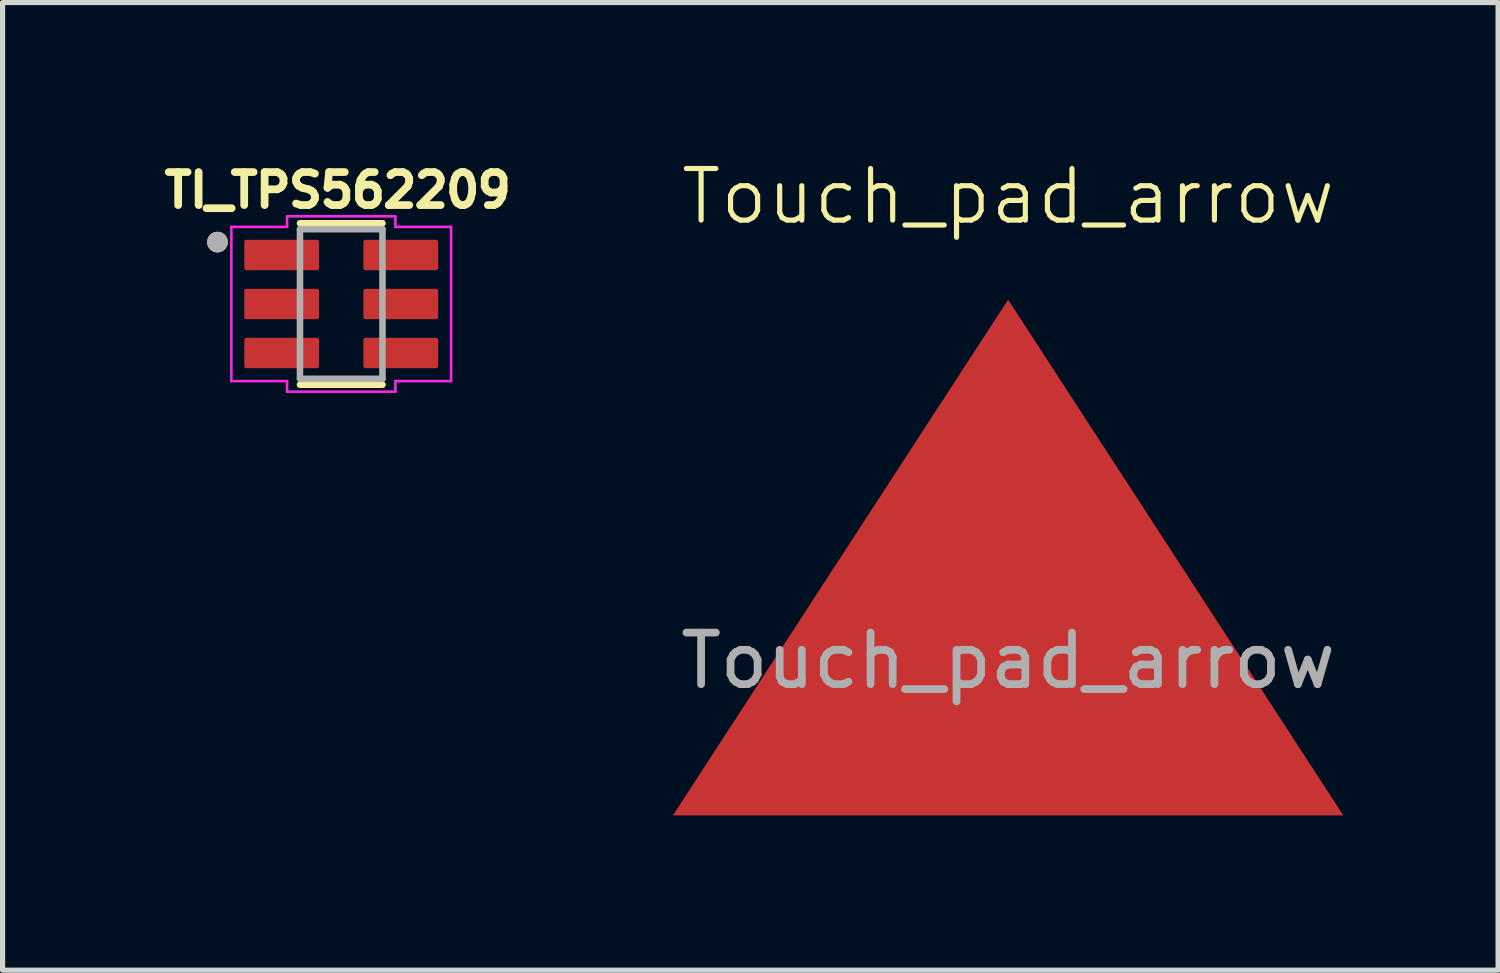
<source format=kicad_pcb>
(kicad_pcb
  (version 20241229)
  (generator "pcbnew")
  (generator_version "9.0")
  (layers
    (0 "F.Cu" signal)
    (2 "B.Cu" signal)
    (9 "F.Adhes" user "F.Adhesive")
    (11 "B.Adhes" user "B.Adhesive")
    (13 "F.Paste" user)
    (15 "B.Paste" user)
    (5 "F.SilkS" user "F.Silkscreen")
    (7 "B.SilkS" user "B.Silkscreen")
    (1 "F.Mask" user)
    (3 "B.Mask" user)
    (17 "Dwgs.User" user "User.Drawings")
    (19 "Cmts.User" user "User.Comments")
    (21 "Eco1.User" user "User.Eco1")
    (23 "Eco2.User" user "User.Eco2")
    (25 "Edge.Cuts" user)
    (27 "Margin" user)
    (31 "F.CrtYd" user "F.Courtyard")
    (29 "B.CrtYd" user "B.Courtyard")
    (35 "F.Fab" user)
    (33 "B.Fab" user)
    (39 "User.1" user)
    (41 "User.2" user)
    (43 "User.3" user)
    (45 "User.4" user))
  (footprint "Touch_pad_arrow"
    (layer "F.Cu")
    (at 16.496 2.76)
    (property "Reference" "Touch_pad_arrow" (at 0 -2 0) (unlocked yes) (layer "F.SilkS") (effects (font (size 1 1) (thickness 0.1))))
    (attr smd)
    (fp_text user "${REFERENCE}" (at 0 7 0) (unlocked yes) (layer "F.Fab") (effects (font (size 1 1) (thickness 0.15))))
    (pad "1" smd trapezoid (at 0 5) (size 6.5 10) (rect_delta 0 6.5) (layers "F.Cu" "F.Mask" "F.Paste")))
  (footprint "TI_TPS562209"
    (layer "F.Cu")
    (at 3.566 2.844)
    (property "Reference" "TI_TPS562209" (at -0.068 -2.206 0) (layer "F.SilkS") (effects (font (size 0.64 0.64) (thickness 0.15))))
    (attr smd)
    (fp_line (start -0.8 -1.565) (end 0.8 -1.565) (stroke (width 0.127) (type solid)) (layer "F.SilkS"))
    (fp_line (start -0.8 1.565) (end 0.8 1.565) (stroke (width 0.127) (type solid)) (layer "F.SilkS"))
    (fp_circle (center -2.4 -1.2) (end -2.3 -1.2) (stroke (width 0.2) (type solid)) (fill no) (layer "F.SilkS"))
    (fp_line (start -2.13 -1.495) (end -2.13 1.495) (stroke (width 0.05) (type solid)) (layer "F.CrtYd"))
    (fp_line (start -2.13 1.495) (end -1.05 1.495) (stroke (width 0.05) (type solid)) (layer "F.CrtYd"))
    (fp_line (start -1.05 -1.7) (end -1.05 -1.495) (stroke (width 0.05) (type solid)) (layer "F.CrtYd"))
    (fp_line (start -1.05 -1.495) (end -2.13 -1.495) (stroke (width 0.05) (type solid)) (layer "F.CrtYd"))
    (fp_line (start -1.05 1.495) (end -1.05 1.7) (stroke (width 0.05) (type solid)) (layer "F.CrtYd"))
    (fp_line (start -1.05 1.7) (end 1.05 1.7) (stroke (width 0.05) (type solid)) (layer "F.CrtYd"))
    (fp_line (start 1.05 -1.7) (end -1.05 -1.7) (stroke (width 0.05) (type solid)) (layer "F.CrtYd"))
    (fp_line (start 1.05 -1.495) (end 1.05 -1.7) (stroke (width 0.05) (type solid)) (layer "F.CrtYd"))
    (fp_line (start 1.05 1.495) (end 2.13 1.495) (stroke (width 0.05) (type solid)) (layer "F.CrtYd"))
    (fp_line (start 1.05 1.7) (end 1.05 1.495) (stroke (width 0.05) (type solid)) (layer "F.CrtYd"))
    (fp_line (start 2.13 -1.495) (end 1.05 -1.495) (stroke (width 0.05) (type solid)) (layer "F.CrtYd"))
    (fp_line (start 2.13 1.495) (end 2.13 -1.495) (stroke (width 0.05) (type solid)) (layer "F.CrtYd"))
    (fp_line (start -0.8 -1.45) (end -0.8 1.45) (stroke (width 0.127) (type solid)) (layer "F.Fab"))
    (fp_line (start -0.8 1.45) (end 0.8 1.45) (stroke (width 0.127) (type solid)) (layer "F.Fab"))
    (fp_line (start 0.8 -1.45) (end -0.8 -1.45) (stroke (width 0.127) (type solid)) (layer "F.Fab"))
    (fp_line (start 0.8 1.45) (end 0.8 -1.45) (stroke (width 0.127) (type solid)) (layer "F.Fab"))
    (fp_circle (center -2.4 -1.2) (end -2.3 -1.2) (stroke (width 0.2) (type solid)) (fill no) (layer "F.Fab"))
    (pad "1" smd roundrect (at -1.155 -0.95) (size 1.45 0.59) (layers "F.Cu" "F.Mask" "F.Paste") (roundrect_rratio 0.07))
    (pad "2" smd roundrect (at -1.155 0) (size 1.45 0.59) (layers "F.Cu" "F.Mask" "F.Paste") (roundrect_rratio 0.07))
    (pad "3" smd roundrect (at -1.155 0.95) (size 1.45 0.59) (layers "F.Cu" "F.Mask" "F.Paste") (roundrect_rratio 0.07))
    (pad "4" smd roundrect (at 1.155 0.95) (size 1.45 0.59) (layers "F.Cu" "F.Mask" "F.Paste") (roundrect_rratio 0.07))
    (pad "5" smd roundrect (at 1.155 0) (size 1.45 0.59) (layers "F.Cu" "F.Mask" "F.Paste") (roundrect_rratio 0.07))
    (pad "6" smd roundrect (at 1.155 -0.95) (size 1.45 0.59) (layers "F.Cu" "F.Mask" "F.Paste") (roundrect_rratio 0.07)))
  (gr_rect
    (start -3 -3)
    (end 25.996 15.761)
    (stroke (width 0.1) (type default))
    (fill no)
    (layer "Edge.Cuts")))
</source>
